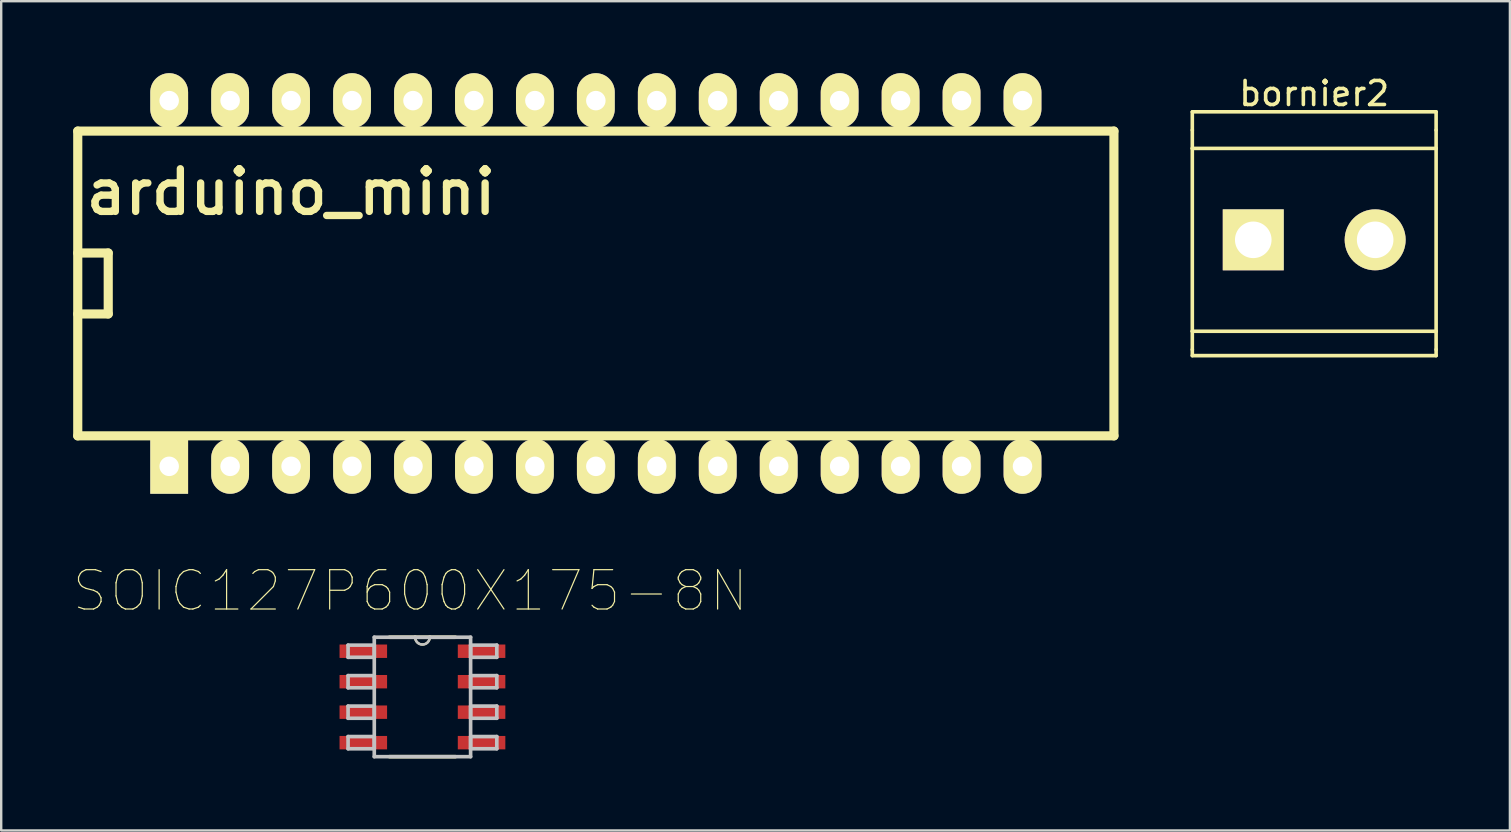
<source format=kicad_pcb>
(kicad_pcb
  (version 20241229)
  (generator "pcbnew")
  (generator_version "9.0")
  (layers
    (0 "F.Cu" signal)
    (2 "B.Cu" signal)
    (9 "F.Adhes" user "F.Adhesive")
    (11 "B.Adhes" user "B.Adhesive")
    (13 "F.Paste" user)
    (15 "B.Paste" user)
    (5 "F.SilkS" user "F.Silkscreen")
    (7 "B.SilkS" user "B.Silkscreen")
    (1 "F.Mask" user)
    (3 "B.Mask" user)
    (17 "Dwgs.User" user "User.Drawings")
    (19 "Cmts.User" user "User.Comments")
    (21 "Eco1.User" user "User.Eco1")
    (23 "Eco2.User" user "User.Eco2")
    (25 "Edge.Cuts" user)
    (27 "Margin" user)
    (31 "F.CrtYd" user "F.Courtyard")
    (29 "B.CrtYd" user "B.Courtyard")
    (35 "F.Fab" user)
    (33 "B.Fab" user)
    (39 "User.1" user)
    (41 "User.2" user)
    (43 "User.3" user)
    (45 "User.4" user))
  (footprint "bornier2"
    (layer "F.Cu")
    (at 51.716 6.944)
    (property "Reference" "bornier2" (at 0 -6.096 0) (layer "F.SilkS") (effects (font (size 1 1) (thickness 0.15))))
    (attr through_hole)
    (fp_line (start -5.08 -5.334) (end 5.08 -5.334) (stroke (width 0.15) (type solid)) (layer "F.SilkS"))
    (fp_line (start -5.08 -4.572) (end -5.08 -5.334) (stroke (width 0.15) (type solid)) (layer "F.SilkS"))
    (fp_line (start -5.08 -3.81) (end -5.08 -4.572) (stroke (width 0.15) (type solid)) (layer "F.SilkS"))
    (fp_line (start -5.08 -3.81) (end -5.08 3.81) (stroke (width 0.15) (type solid)) (layer "F.SilkS"))
    (fp_line (start -5.08 3.81) (end -5.08 4.572) (stroke (width 0.15) (type solid)) (layer "F.SilkS"))
    (fp_line (start -5.08 3.81) (end 5.08 3.81) (stroke (width 0.15) (type solid)) (layer "F.SilkS"))
    (fp_line (start -5.08 4.572) (end -5.08 4.826) (stroke (width 0.15) (type solid)) (layer "F.SilkS"))
    (fp_line (start -5.08 4.826) (end 5.08 4.826) (stroke (width 0.15) (type solid)) (layer "F.SilkS"))
    (fp_line (start 5.08 -5.334) (end 5.08 -4.572) (stroke (width 0.15) (type solid)) (layer "F.SilkS"))
    (fp_line (start 5.08 -4.572) (end 5.08 -3.81) (stroke (width 0.15) (type solid)) (layer "F.SilkS"))
    (fp_line (start 5.08 -3.81) (end -5.08 -3.81) (stroke (width 0.15) (type solid)) (layer "F.SilkS"))
    (fp_line (start 5.08 3.81) (end 5.08 -3.81) (stroke (width 0.15) (type solid)) (layer "F.SilkS"))
    (fp_line (start 5.08 4.572) (end 5.08 3.81) (stroke (width 0.15) (type solid)) (layer "F.SilkS"))
    (fp_line (start 5.08 4.826) (end 5.08 4.572) (stroke (width 0.15) (type solid)) (layer "F.SilkS"))
    (pad "1" thru_hole rect (at -2.54 0) (size 2.54 2.54) (drill 1.524) (layers "*.Cu" "*.Mask" "F.SilkS"))
    (pad "2" thru_hole circle (at 2.54 0) (size 2.54 2.54) (drill 1.524) (layers "*.Cu" "*.Mask" "F.SilkS")))
  (footprint "arduino_mini"
    (layer "F.Cu")
    (at 23.05 8.763)
    (property "Reference" "arduino_mini" (at -13.97 -3.81 0) (layer "F.SilkS") (effects (font (size 1.778 1.778) (thickness 0.305))))
    (attr through_hole)
    (fp_line (start -22.86 -6.35) (end 20.32 -6.35) (stroke (width 0.381) (type solid)) (layer "F.SilkS"))
    (fp_line (start -22.86 1.27) (end -21.59 1.27) (stroke (width 0.381) (type solid)) (layer "F.SilkS"))
    (fp_line (start -22.86 6.35) (end -22.86 -6.35) (stroke (width 0.381) (type solid)) (layer "F.SilkS"))
    (fp_line (start -21.59 -1.27) (end -22.86 -1.27) (stroke (width 0.381) (type solid)) (layer "F.SilkS"))
    (fp_line (start -21.59 1.27) (end -21.59 -1.27) (stroke (width 0.381) (type solid)) (layer "F.SilkS"))
    (fp_line (start 20.32 -6.35) (end 20.32 6.35) (stroke (width 0.381) (type solid)) (layer "F.SilkS"))
    (fp_line (start 20.32 6.35) (end -22.86 6.35) (stroke (width 0.381) (type solid)) (layer "F.SilkS"))
    (pad "1" thru_hole rect (at -19.05 7.62) (size 1.575 2.286) (drill 0.813) (layers "*.Cu" "*.Mask" "F.SilkS"))
    (pad "2" thru_hole oval (at -16.51 7.62) (size 1.575 2.286) (drill 0.813) (layers "*.Cu" "*.Mask" "F.SilkS"))
    (pad "3" thru_hole oval (at -13.97 7.62) (size 1.575 2.286) (drill 0.813) (layers "*.Cu" "*.Mask" "F.SilkS"))
    (pad "4" thru_hole oval (at -11.43 7.62) (size 1.575 2.286) (drill 0.813) (layers "*.Cu" "*.Mask" "F.SilkS"))
    (pad "5" thru_hole oval (at -8.89 7.62) (size 1.575 2.286) (drill 0.813) (layers "*.Cu" "*.Mask" "F.SilkS"))
    (pad "6" thru_hole oval (at -6.35 7.62) (size 1.575 2.286) (drill 0.813) (layers "*.Cu" "*.Mask" "F.SilkS"))
    (pad "7" thru_hole oval (at -3.81 7.62) (size 1.575 2.286) (drill 0.813) (layers "*.Cu" "*.Mask" "F.SilkS"))
    (pad "8" thru_hole oval (at -1.27 7.62) (size 1.575 2.286) (drill 0.813) (layers "*.Cu" "*.Mask" "F.SilkS"))
    (pad "9" thru_hole oval (at 1.27 7.62) (size 1.575 2.286) (drill 0.813) (layers "*.Cu" "*.Mask" "F.SilkS"))
    (pad "10" thru_hole oval (at 3.81 7.62) (size 1.575 2.286) (drill 0.813) (layers "*.Cu" "*.Mask" "F.SilkS"))
    (pad "11" thru_hole oval (at 6.35 7.62) (size 1.575 2.286) (drill 0.813) (layers "*.Cu" "*.Mask" "F.SilkS"))
    (pad "12" thru_hole oval (at 8.89 7.62) (size 1.575 2.286) (drill 0.813) (layers "*.Cu" "*.Mask" "F.SilkS"))
    (pad "13" thru_hole oval (at 11.43 7.62) (size 1.575 2.286) (drill 0.813) (layers "*.Cu" "*.Mask" "F.SilkS"))
    (pad "14" thru_hole oval (at 13.97 7.62) (size 1.575 2.286) (drill 0.813) (layers "*.Cu" "*.Mask" "F.SilkS"))
    (pad "15" thru_hole oval (at 16.51 7.62) (size 1.575 2.286) (drill 0.813) (layers "*.Cu" "*.Mask" "F.SilkS"))
    (pad "16" thru_hole oval (at 16.51 -7.62) (size 1.575 2.286) (drill 0.813) (layers "*.Cu" "*.Mask" "F.SilkS"))
    (pad "17" thru_hole oval (at 13.97 -7.62) (size 1.575 2.286) (drill 0.813) (layers "*.Cu" "*.Mask" "F.SilkS"))
    (pad "18" thru_hole oval (at 11.43 -7.62) (size 1.575 2.286) (drill 0.813) (layers "*.Cu" "*.Mask" "F.SilkS"))
    (pad "19" thru_hole oval (at 8.89 -7.62) (size 1.575 2.286) (drill 0.813) (layers "*.Cu" "*.Mask" "F.SilkS"))
    (pad "20" thru_hole oval (at 6.35 -7.62) (size 1.575 2.286) (drill 0.813) (layers "*.Cu" "*.Mask" "F.SilkS"))
    (pad "21" thru_hole oval (at 3.81 -7.62) (size 1.575 2.286) (drill 0.813) (layers "*.Cu" "*.Mask" "F.SilkS"))
    (pad "22" thru_hole oval (at 1.27 -7.62) (size 1.575 2.286) (drill 0.813) (layers "*.Cu" "*.Mask" "F.SilkS"))
    (pad "23" thru_hole oval (at -1.27 -7.62) (size 1.575 2.286) (drill 0.813) (layers "*.Cu" "*.Mask" "F.SilkS"))
    (pad "24" thru_hole oval (at -3.81 -7.62) (size 1.575 2.286) (drill 0.813) (layers "*.Cu" "*.Mask" "F.SilkS"))
    (pad "25" thru_hole oval (at -6.35 -7.62) (size 1.575 2.286) (drill 0.813) (layers "*.Cu" "*.Mask" "F.SilkS"))
    (pad "26" thru_hole oval (at -8.89 -7.62) (size 1.575 2.286) (drill 0.813) (layers "*.Cu" "*.Mask" "F.SilkS"))
    (pad "27" thru_hole oval (at -11.43 -7.62) (size 1.575 2.286) (drill 0.813) (layers "*.Cu" "*.Mask" "F.SilkS"))
    (pad "28" thru_hole oval (at -13.97 -7.62) (size 1.575 2.286) (drill 0.813) (layers "*.Cu" "*.Mask" "F.SilkS"))
    (pad "29" thru_hole oval (at -16.51 -7.62) (size 1.575 2.286) (drill 0.813) (layers "*.Cu" "*.Mask" "F.SilkS"))
    (pad "30" thru_hole oval (at -19.05 -7.62) (size 1.575 2.286) (drill 0.813) (layers "*.Cu" "*.Mask" "F.SilkS")))
  (footprint "SOIC127P600X175-8N"
    (layer "F.Cu")
    (at 14.554 25.993)
    (property "Reference" "SOIC127P600X175-8N" (at -0.508 -4.42 0) (layer "F.SilkS") (effects (font (size 1.64 1.64) (thickness 0.05))))
    (attr smd)
    (fp_line (start -1.372 2.489) (end 1.372 2.489) (stroke (width 0.152) (type solid)) (layer "F.SilkS"))
    (fp_line (start -0.305 -2.489) (end -1.372 -2.489) (stroke (width 0.152) (type solid)) (layer "F.SilkS"))
    (fp_line (start 0.305 -2.489) (end -0.305 -2.489) (stroke (width 0.152) (type solid)) (layer "F.SilkS"))
    (fp_line (start 1.372 -2.489) (end 0.305 -2.489) (stroke (width 0.152) (type solid)) (layer "F.SilkS"))
    (fp_arc (start 0.3048 -2.4892) (mid 0 -2.1844) (end -0.3048 -2.4892) (stroke (width 0.1) (type solid)) (layer "F.SilkS"))
    (fp_line (start -3.099 -2.159) (end -3.099 -1.651) (stroke (width 0.152) (type solid)) (layer "Dwgs.User"))
    (fp_line (start -3.099 -1.651) (end -2.007 -1.651) (stroke (width 0.152) (type solid)) (layer "Dwgs.User"))
    (fp_line (start -3.099 -0.889) (end -3.099 -0.381) (stroke (width 0.152) (type solid)) (layer "Dwgs.User"))
    (fp_line (start -3.099 -0.381) (end -2.007 -0.381) (stroke (width 0.152) (type solid)) (layer "Dwgs.User"))
    (fp_line (start -3.099 0.381) (end -3.099 0.889) (stroke (width 0.152) (type solid)) (layer "Dwgs.User"))
    (fp_line (start -3.099 0.889) (end -2.007 0.889) (stroke (width 0.152) (type solid)) (layer "Dwgs.User"))
    (fp_line (start -3.099 1.651) (end -3.099 2.159) (stroke (width 0.152) (type solid)) (layer "Dwgs.User"))
    (fp_line (start -3.099 2.159) (end -2.007 2.159) (stroke (width 0.152) (type solid)) (layer "Dwgs.User"))
    (fp_line (start -2.007 -2.489) (end -2.007 2.489) (stroke (width 0.152) (type solid)) (layer "Dwgs.User"))
    (fp_line (start -2.007 -2.159) (end -3.099 -2.159) (stroke (width 0.152) (type solid)) (layer "Dwgs.User"))
    (fp_line (start -2.007 -1.651) (end -2.007 -2.159) (stroke (width 0.152) (type solid)) (layer "Dwgs.User"))
    (fp_line (start -2.007 -0.889) (end -3.099 -0.889) (stroke (width 0.152) (type solid)) (layer "Dwgs.User"))
    (fp_line (start -2.007 -0.381) (end -2.007 -0.889) (stroke (width 0.152) (type solid)) (layer "Dwgs.User"))
    (fp_line (start -2.007 0.381) (end -3.099 0.381) (stroke (width 0.152) (type solid)) (layer "Dwgs.User"))
    (fp_line (start -2.007 0.889) (end -2.007 0.381) (stroke (width 0.152) (type solid)) (layer "Dwgs.User"))
    (fp_line (start -2.007 1.651) (end -3.099 1.651) (stroke (width 0.152) (type solid)) (layer "Dwgs.User"))
    (fp_line (start -2.007 2.159) (end -2.007 1.651) (stroke (width 0.152) (type solid)) (layer "Dwgs.User"))
    (fp_line (start -2.007 2.489) (end 2.007 2.489) (stroke (width 0.152) (type solid)) (layer "Dwgs.User"))
    (fp_line (start -0.305 -2.489) (end -2.007 -2.489) (stroke (width 0.152) (type solid)) (layer "Dwgs.User"))
    (fp_line (start 0.305 -2.489) (end -0.305 -2.489) (stroke (width 0.152) (type solid)) (layer "Dwgs.User"))
    (fp_line (start 2.007 -2.489) (end 0.305 -2.489) (stroke (width 0.152) (type solid)) (layer "Dwgs.User"))
    (fp_line (start 2.007 -2.159) (end 2.007 -1.651) (stroke (width 0.152) (type solid)) (layer "Dwgs.User"))
    (fp_line (start 2.007 -1.651) (end 3.099 -1.651) (stroke (width 0.152) (type solid)) (layer "Dwgs.User"))
    (fp_line (start 2.007 -0.889) (end 2.007 -0.381) (stroke (width 0.152) (type solid)) (layer "Dwgs.User"))
    (fp_line (start 2.007 -0.381) (end 3.099 -0.381) (stroke (width 0.152) (type solid)) (layer "Dwgs.User"))
    (fp_line (start 2.007 0.381) (end 2.007 0.889) (stroke (width 0.152) (type solid)) (layer "Dwgs.User"))
    (fp_line (start 2.007 0.889) (end 3.099 0.889) (stroke (width 0.152) (type solid)) (layer "Dwgs.User"))
    (fp_line (start 2.007 1.651) (end 2.007 2.159) (stroke (width 0.152) (type solid)) (layer "Dwgs.User"))
    (fp_line (start 2.007 2.159) (end 3.099 2.159) (stroke (width 0.152) (type solid)) (layer "Dwgs.User"))
    (fp_line (start 2.007 2.489) (end 2.007 -2.489) (stroke (width 0.152) (type solid)) (layer "Dwgs.User"))
    (fp_line (start 3.099 -2.159) (end 2.007 -2.159) (stroke (width 0.152) (type solid)) (layer "Dwgs.User"))
    (fp_line (start 3.099 -1.651) (end 3.099 -2.159) (stroke (width 0.152) (type solid)) (layer "Dwgs.User"))
    (fp_line (start 3.099 -0.889) (end 2.007 -0.889) (stroke (width 0.152) (type solid)) (layer "Dwgs.User"))
    (fp_line (start 3.099 -0.381) (end 3.099 -0.889) (stroke (width 0.152) (type solid)) (layer "Dwgs.User"))
    (fp_line (start 3.099 0.381) (end 2.007 0.381) (stroke (width 0.152) (type solid)) (layer "Dwgs.User"))
    (fp_line (start 3.099 0.889) (end 3.099 0.381) (stroke (width 0.152) (type solid)) (layer "Dwgs.User"))
    (fp_line (start 3.099 1.651) (end 2.007 1.651) (stroke (width 0.152) (type solid)) (layer "Dwgs.User"))
    (fp_line (start 3.099 2.159) (end 3.099 1.651) (stroke (width 0.152) (type solid)) (layer "Dwgs.User"))
    (fp_arc (start 0.3048 -2.4892) (mid 0 -2.1844) (end -0.3048 -2.4892) (stroke (width 0.1) (type solid)) (layer "Dwgs.User"))
    (pad "1" smd rect (at -2.464 -1.905) (size 1.981 0.559) (layers "F.Cu" "F.Mask" "F.Paste"))
    (pad "2" smd rect (at -2.464 -0.635) (size 1.981 0.559) (layers "F.Cu" "F.Mask" "F.Paste"))
    (pad "3" smd rect (at -2.464 0.635) (size 1.981 0.559) (layers "F.Cu" "F.Mask" "F.Paste"))
    (pad "4" smd rect (at -2.464 1.905) (size 1.981 0.559) (layers "F.Cu" "F.Mask" "F.Paste"))
    (pad "5" smd rect (at 2.464 1.905) (size 1.981 0.559) (layers "F.Cu" "F.Mask" "F.Paste"))
    (pad "6" smd rect (at 2.464 0.635) (size 1.981 0.559) (layers "F.Cu" "F.Mask" "F.Paste"))
    (pad "7" smd rect (at 2.464 -0.635) (size 1.981 0.559) (layers "F.Cu" "F.Mask" "F.Paste"))
    (pad "8" smd rect (at 2.464 -1.905) (size 1.981 0.559) (layers "F.Cu" "F.Mask" "F.Paste")))
  (gr_rect
    (start -3 -3)
    (end 59.871 31.558)
    (stroke (width 0.1) (type default))
    (fill no)
    (layer "Edge.Cuts")))
</source>
